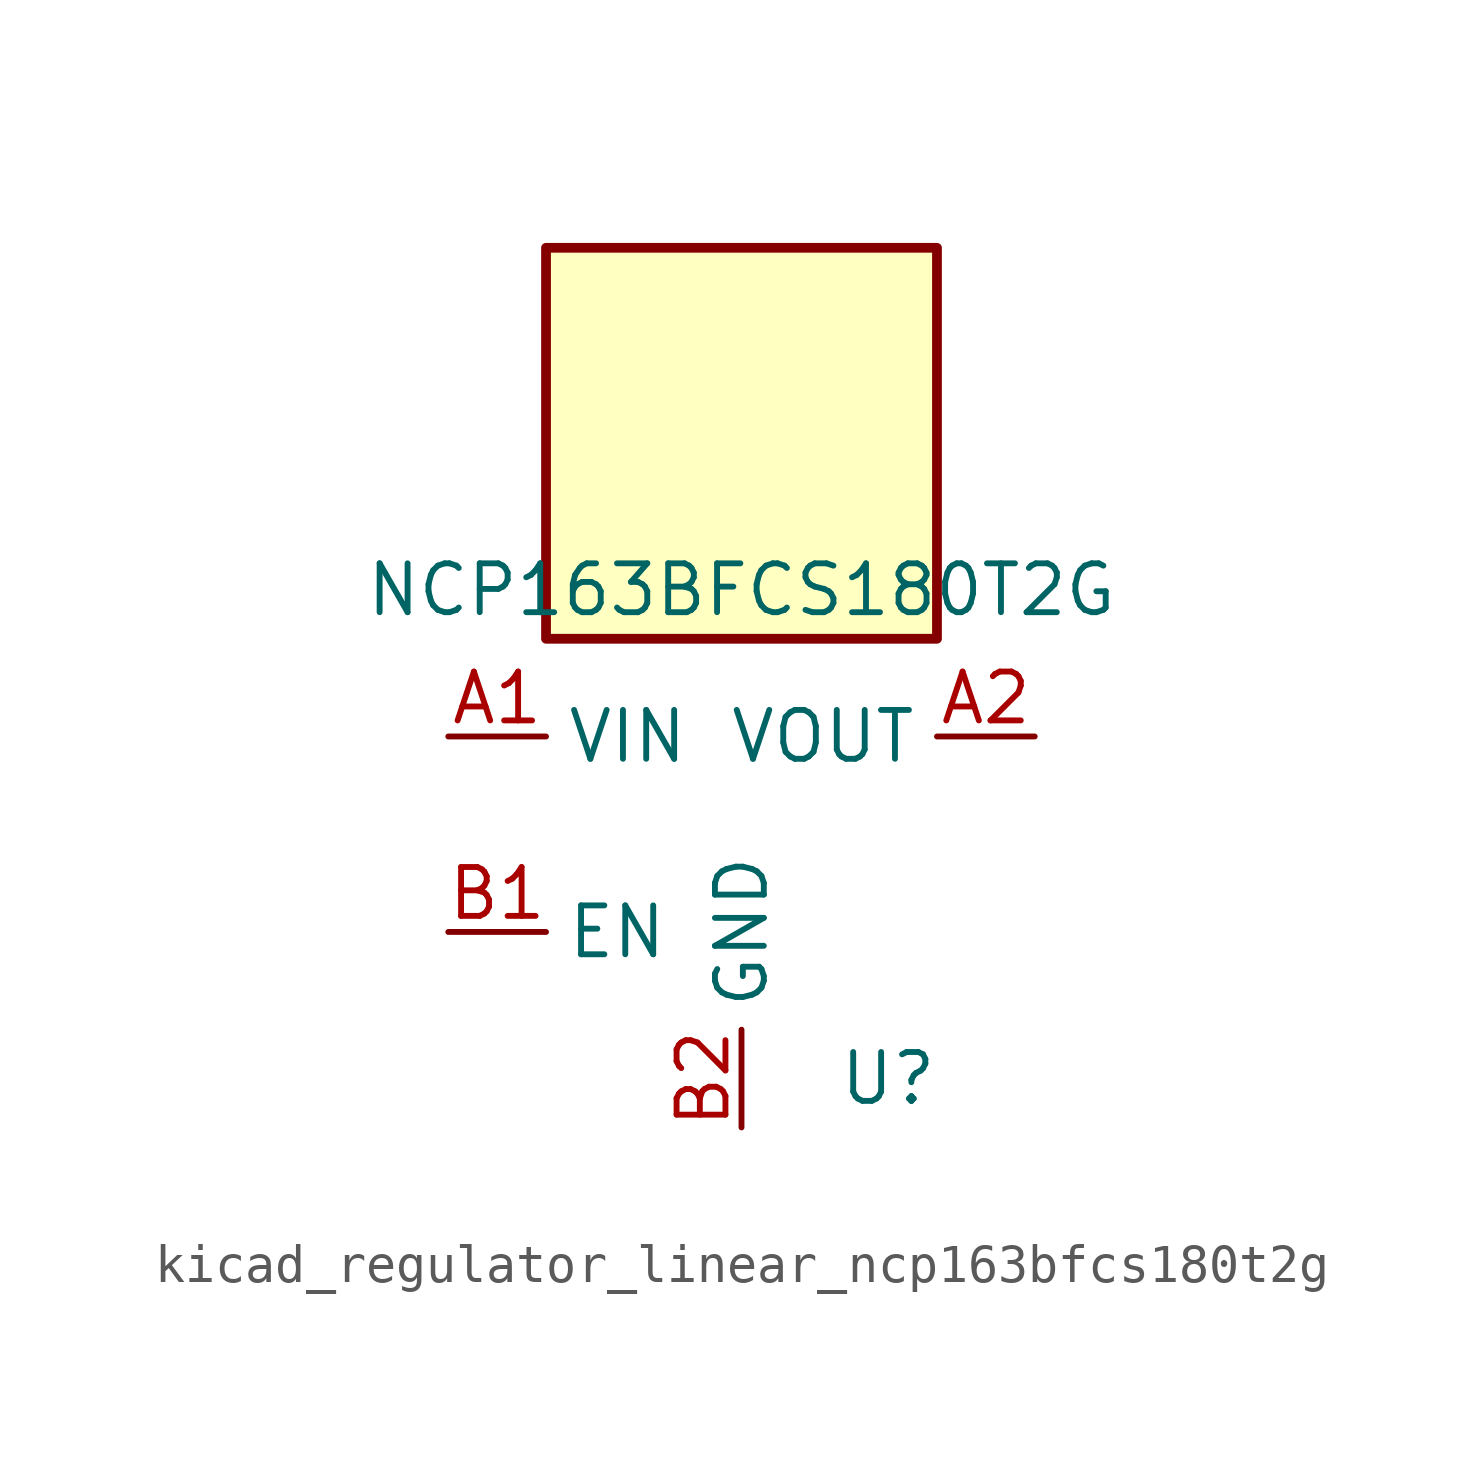
<source format=kicad_sym>
(kicad_symbol_lib
  (version 20220914)
  (generator kicad_symbol_editor)
  (symbol "kicad_regulator_linear_ncp163bfcs180t2g"
    (property "Reference" "U"
      (at 3.81 -6.35 0)
      (effects (font (size 1.27 1.27))))
    (property "Value" "NCP163BFCS180T2G"
      (at 0 6.35 0)
      (effects (font (size 1.27 1.27))))
    (symbol "kicad_regulator_linear_ncp163bfcs180t2g_0_1"
      (rectangle (start 5.08 15.24) (end -5.08 5.08) (stroke (width 0.254) (type default)) (fill (type background))))
    (symbol "kicad_regulator_linear_ncp163bfcs180t2g_1_1"
      (pin power_in line (at -7.62 2.54 0) (length 2.54) (name "VIN" (effects (font (size 1.27 1.27)))) (number "A1" (effects (font (size 1.27 1.27)))))
      (pin power_out line (at 7.62 2.54 180) (length 2.54) (name "VOUT" (effects (font (size 1.27 1.27)))) (number "A2" (effects (font (size 1.27 1.27)))))
      (pin input line (at -7.62 -2.54 0) (length 2.54) (name "EN" (effects (font (size 1.27 1.27)))) (number "B1" (effects (font (size 1.27 1.27)))))
      (pin power_in line (at 0 -7.62 90) (length 2.54) (name "GND" (effects (font (size 1.27 1.27)))) (number "B2" (effects (font (size 1.27 1.27))))))))
</source>
